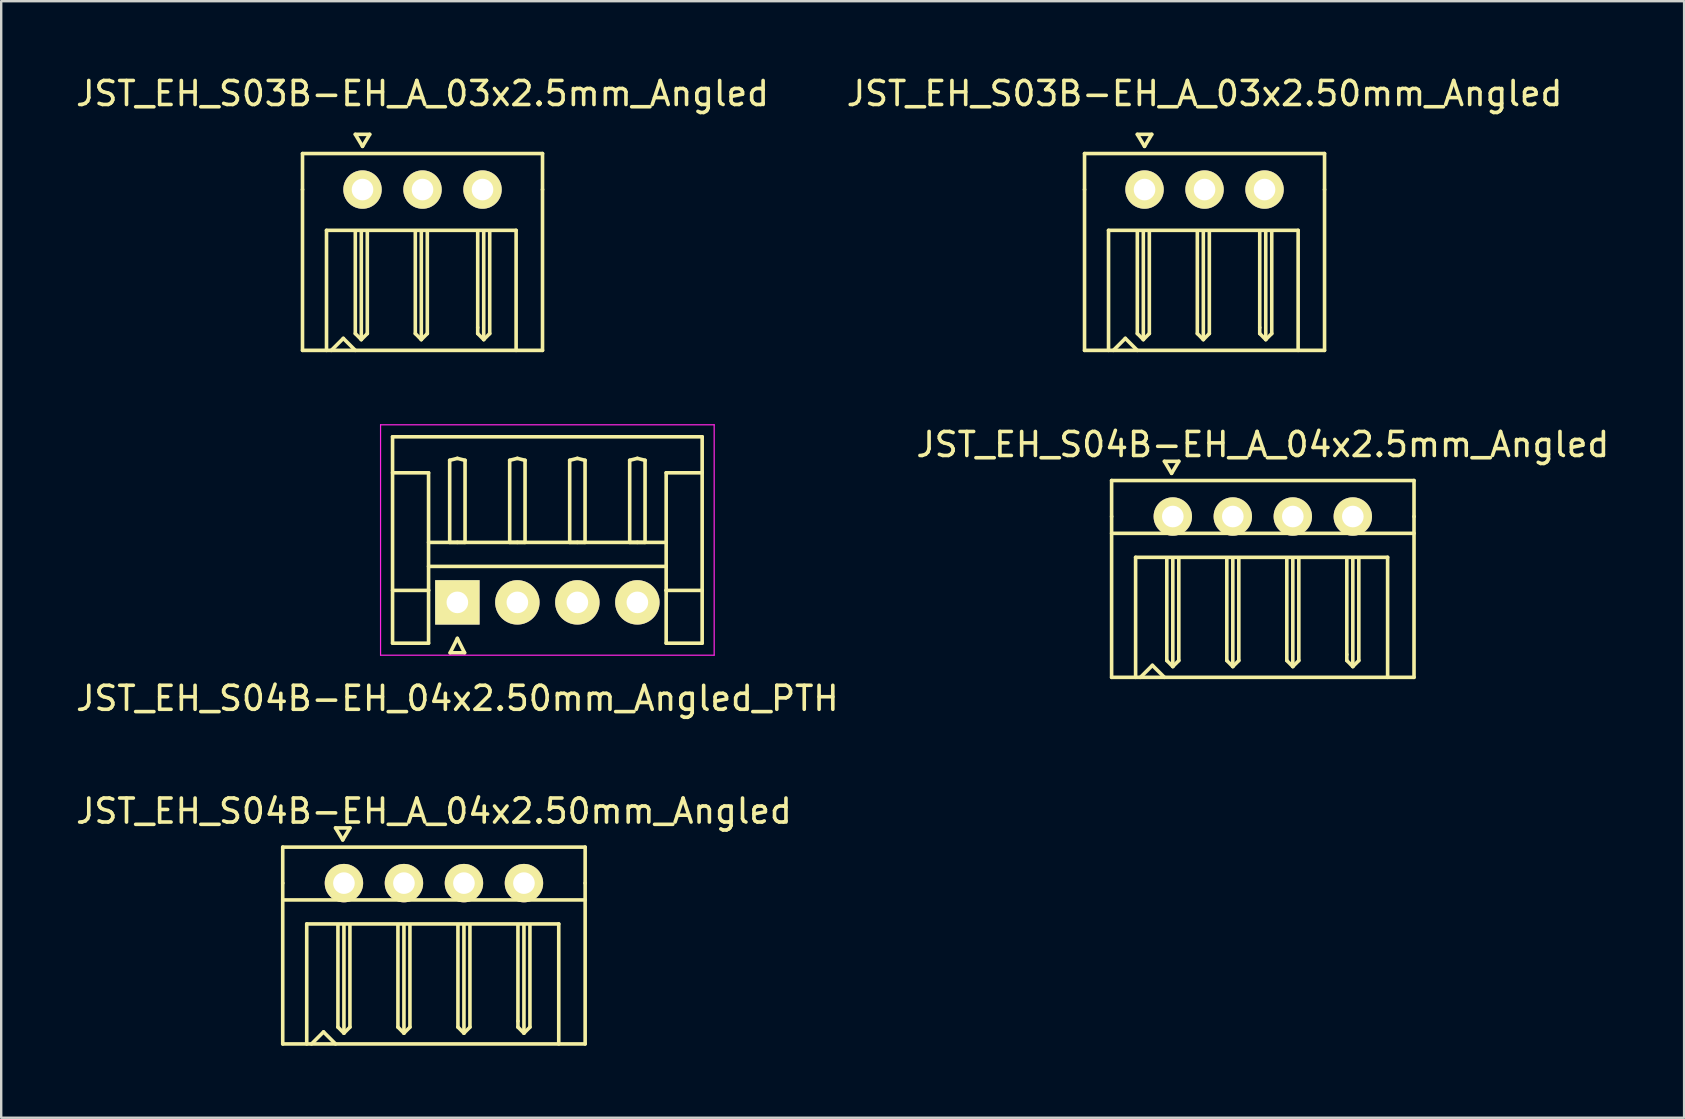
<source format=kicad_pcb>
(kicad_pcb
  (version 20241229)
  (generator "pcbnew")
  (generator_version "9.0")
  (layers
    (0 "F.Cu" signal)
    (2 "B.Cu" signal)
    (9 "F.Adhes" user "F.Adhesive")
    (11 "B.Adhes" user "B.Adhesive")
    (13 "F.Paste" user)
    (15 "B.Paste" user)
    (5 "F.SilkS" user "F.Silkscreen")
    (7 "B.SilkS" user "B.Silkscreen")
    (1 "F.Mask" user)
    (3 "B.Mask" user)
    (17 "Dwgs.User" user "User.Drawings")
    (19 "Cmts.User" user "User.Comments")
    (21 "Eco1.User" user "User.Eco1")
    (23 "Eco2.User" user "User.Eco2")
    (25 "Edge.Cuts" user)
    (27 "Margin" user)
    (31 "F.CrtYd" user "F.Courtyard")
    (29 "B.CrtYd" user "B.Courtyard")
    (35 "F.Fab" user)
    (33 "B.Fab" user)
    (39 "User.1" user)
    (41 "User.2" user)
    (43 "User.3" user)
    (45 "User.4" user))
  (footprint "JST_EH_S04B-EH_A_04x2.5mm_Angled"
    (layer "F.Cu")
    (at 49.565 18.471)
    (property "Reference" "JST_EH_S04B-EH_A_04x2.5mm_Angled" (at 0 -3 0) (layer "F.SilkS") (effects (font (size 1 1) (thickness 0.15))))
    (attr through_hole)
    (fp_line (start -6.3 -1.5) (end 6.3 -1.5) (stroke (width 0.15) (type solid)) (layer "F.SilkS"))
    (fp_line (start -6.3 0) (end -6.3 -1.5) (stroke (width 0.15) (type solid)) (layer "F.SilkS"))
    (fp_line (start -6.3 6.7) (end -6.3 0) (stroke (width 0.15) (type solid)) (layer "F.SilkS"))
    (fp_line (start -5.3 1.7) (end -5.3 6.7) (stroke (width 0.15) (type solid)) (layer "F.SilkS"))
    (fp_line (start -5.1 6.7) (end -4.6 6.2) (stroke (width 0.15) (type solid)) (layer "F.SilkS"))
    (fp_line (start -4.6 6.2) (end -4.1 6.7) (stroke (width 0.15) (type solid)) (layer "F.SilkS"))
    (fp_line (start -4.1 -2.3) (end -3.8 -1.8) (stroke (width 0.15) (type solid)) (layer "F.SilkS"))
    (fp_line (start -4 6) (end -4 1.75) (stroke (width 0.15) (type solid)) (layer "F.SilkS"))
    (fp_line (start -3.8 -1.8) (end -3.5 -2.3) (stroke (width 0.15) (type solid)) (layer "F.SilkS"))
    (fp_line (start -3.75 6.25) (end -4 6) (stroke (width 0.15) (type solid)) (layer "F.SilkS"))
    (fp_line (start -3.75 6.25) (end -3.75 1.75) (stroke (width 0.15) (type solid)) (layer "F.SilkS"))
    (fp_line (start -3.5 -2.3) (end -4.1 -2.3) (stroke (width 0.15) (type solid)) (layer "F.SilkS"))
    (fp_line (start -3.5 1.75) (end -3.5 6) (stroke (width 0.15) (type solid)) (layer "F.SilkS"))
    (fp_line (start -3.5 6) (end -3.75 6.25) (stroke (width 0.15) (type solid)) (layer "F.SilkS"))
    (fp_line (start -1.5 6) (end -1.5 1.75) (stroke (width 0.15) (type solid)) (layer "F.SilkS"))
    (fp_line (start -1.25 1.75) (end -1.25 6.25) (stroke (width 0.15) (type solid)) (layer "F.SilkS"))
    (fp_line (start -1.25 6.25) (end -1.5 6) (stroke (width 0.15) (type solid)) (layer "F.SilkS"))
    (fp_line (start -1 1.75) (end -1 6) (stroke (width 0.15) (type solid)) (layer "F.SilkS"))
    (fp_line (start -1 6) (end -1.25 6.25) (stroke (width 0.15) (type solid)) (layer "F.SilkS"))
    (fp_line (start 1 1.75) (end 1 6) (stroke (width 0.15) (type solid)) (layer "F.SilkS"))
    (fp_line (start 1 6) (end 1.25 6.25) (stroke (width 0.15) (type solid)) (layer "F.SilkS"))
    (fp_line (start 1.25 6.25) (end 1.25 1.75) (stroke (width 0.15) (type solid)) (layer "F.SilkS"))
    (fp_line (start 1.25 6.25) (end 1.5 6) (stroke (width 0.15) (type solid)) (layer "F.SilkS"))
    (fp_line (start 1.5 6) (end 1.5 1.75) (stroke (width 0.15) (type solid)) (layer "F.SilkS"))
    (fp_line (start 3.5 1.75) (end 3.5 5.75) (stroke (width 0.15) (type solid)) (layer "F.SilkS"))
    (fp_line (start 3.5 5.75) (end 3.5 6) (stroke (width 0.15) (type solid)) (layer "F.SilkS"))
    (fp_line (start 3.5 6) (end 3.75 6.25) (stroke (width 0.15) (type solid)) (layer "F.SilkS"))
    (fp_line (start 3.75 6.25) (end 3.75 1.75) (stroke (width 0.15) (type solid)) (layer "F.SilkS"))
    (fp_line (start 3.75 6.25) (end 4 6) (stroke (width 0.15) (type solid)) (layer "F.SilkS"))
    (fp_line (start 4 6) (end 4 1.75) (stroke (width 0.15) (type solid)) (layer "F.SilkS"))
    (fp_line (start 5.2 1.7) (end -5.3 1.7) (stroke (width 0.15) (type solid)) (layer "F.SilkS"))
    (fp_line (start 5.2 6.7) (end 5.2 1.7) (stroke (width 0.15) (type solid)) (layer "F.SilkS"))
    (fp_line (start 6.3 -1.5) (end 6.3 0) (stroke (width 0.15) (type solid)) (layer "F.SilkS"))
    (fp_line (start 6.3 0) (end 6.3 6.7) (stroke (width 0.15) (type solid)) (layer "F.SilkS"))
    (fp_line (start 6.3 0.7) (end -6.3 0.7) (stroke (width 0.15) (type solid)) (layer "F.SilkS"))
    (fp_line (start 6.3 6.7) (end -6.3 6.7) (stroke (width 0.15) (type solid)) (layer "F.SilkS"))
    (pad "1" thru_hole circle (at -3.75 0) (size 1.6 1.6) (drill 0.9) (layers "*.Cu" "*.Mask" "F.SilkS"))
    (pad "2" thru_hole circle (at -1.25 0) (size 1.6 1.6) (drill 0.9) (layers "*.Cu" "*.Mask" "F.SilkS"))
    (pad "3" thru_hole circle (at 1.25 0) (size 1.6 1.6) (drill 0.9) (layers "*.Cu" "*.Mask" "F.SilkS"))
    (pad "4" thru_hole circle (at 3.75 0) (size 1.6 1.6) (drill 0.9) (layers "*.Cu" "*.Mask" "F.SilkS")))
  (footprint "JST_EH_S04B-EH_04x2.50mm_Angled_PTH"
    (layer "F.Cu")
    (at 16.006 22.048)
    (property "Reference" "JST_EH_S04B-EH_04x2.50mm_Angled_PTH" (at 0 4 0) (layer "F.SilkS") (effects (font (size 1 1) (thickness 0.15))))
    (attr through_hole)
    (fp_line (start -2.7 -6.9) (end 10.2 -6.9) (stroke (width 0.15) (type solid)) (layer "F.SilkS"))
    (fp_line (start -2.7 -5.4) (end -1.2 -5.4) (stroke (width 0.15) (type solid)) (layer "F.SilkS"))
    (fp_line (start -2.7 1.7) (end -2.7 -6.9) (stroke (width 0.15) (type solid)) (layer "F.SilkS"))
    (fp_line (start -1.2 -5.4) (end -1.2 -0.5) (stroke (width 0.15) (type solid)) (layer "F.SilkS"))
    (fp_line (start -1.2 -2.5) (end 8.7 -2.5) (stroke (width 0.15) (type solid)) (layer "F.SilkS"))
    (fp_line (start -1.2 -1.5) (end 8.7 -1.5) (stroke (width 0.15) (type solid)) (layer "F.SilkS"))
    (fp_line (start -1.2 -0.5) (end -2.7 -0.5) (stroke (width 0.15) (type solid)) (layer "F.SilkS"))
    (fp_line (start -1.2 -0.5) (end -1.2 1.7) (stroke (width 0.15) (type solid)) (layer "F.SilkS"))
    (fp_line (start -1.2 1.7) (end -2.7 1.7) (stroke (width 0.15) (type solid)) (layer "F.SilkS"))
    (fp_line (start -0.32 -5.92) (end 0 -6) (stroke (width 0.15) (type solid)) (layer "F.SilkS"))
    (fp_line (start -0.32 -2.5) (end -0.32 -5.92) (stroke (width 0.15) (type solid)) (layer "F.SilkS"))
    (fp_line (start -0.3 2.1) (end 0.3 2.1) (stroke (width 0.15) (type solid)) (layer "F.SilkS"))
    (fp_line (start 0 -6) (end 0.32 -5.92) (stroke (width 0.15) (type solid)) (layer "F.SilkS"))
    (fp_line (start 0 -2.5) (end -0.32 -2.5) (stroke (width 0.15) (type solid)) (layer "F.SilkS"))
    (fp_line (start 0 1.5) (end -0.3 2.1) (stroke (width 0.15) (type solid)) (layer "F.SilkS"))
    (fp_line (start 0.3 2.1) (end 0 1.5) (stroke (width 0.15) (type solid)) (layer "F.SilkS"))
    (fp_line (start 0.32 -5.92) (end 0.32 -2.5) (stroke (width 0.15) (type solid)) (layer "F.SilkS"))
    (fp_line (start 0.32 -2.5) (end 0 -2.5) (stroke (width 0.15) (type solid)) (layer "F.SilkS"))
    (fp_line (start 2.18 -5.92) (end 2.5 -6) (stroke (width 0.15) (type solid)) (layer "F.SilkS"))
    (fp_line (start 2.18 -2.5) (end 2.18 -5.92) (stroke (width 0.15) (type solid)) (layer "F.SilkS"))
    (fp_line (start 2.5 -6) (end 2.82 -5.92) (stroke (width 0.15) (type solid)) (layer "F.SilkS"))
    (fp_line (start 2.5 -2.5) (end 2.18 -2.5) (stroke (width 0.15) (type solid)) (layer "F.SilkS"))
    (fp_line (start 2.82 -5.92) (end 2.82 -2.5) (stroke (width 0.15) (type solid)) (layer "F.SilkS"))
    (fp_line (start 2.82 -2.5) (end 2.5 -2.5) (stroke (width 0.15) (type solid)) (layer "F.SilkS"))
    (fp_line (start 4.68 -5.92) (end 5 -6) (stroke (width 0.15) (type solid)) (layer "F.SilkS"))
    (fp_line (start 4.68 -2.5) (end 4.68 -5.92) (stroke (width 0.15) (type solid)) (layer "F.SilkS"))
    (fp_line (start 5 -6) (end 5.32 -5.92) (stroke (width 0.15) (type solid)) (layer "F.SilkS"))
    (fp_line (start 5 -2.5) (end 4.68 -2.5) (stroke (width 0.15) (type solid)) (layer "F.SilkS"))
    (fp_line (start 5.32 -5.92) (end 5.32 -2.5) (stroke (width 0.15) (type solid)) (layer "F.SilkS"))
    (fp_line (start 5.32 -2.5) (end 5 -2.5) (stroke (width 0.15) (type solid)) (layer "F.SilkS"))
    (fp_line (start 7.18 -5.92) (end 7.5 -6) (stroke (width 0.15) (type solid)) (layer "F.SilkS"))
    (fp_line (start 7.18 -2.5) (end 7.18 -5.92) (stroke (width 0.15) (type solid)) (layer "F.SilkS"))
    (fp_line (start 7.5 -6) (end 7.82 -5.92) (stroke (width 0.15) (type solid)) (layer "F.SilkS"))
    (fp_line (start 7.5 -2.5) (end 7.18 -2.5) (stroke (width 0.15) (type solid)) (layer "F.SilkS"))
    (fp_line (start 7.82 -5.92) (end 7.82 -2.5) (stroke (width 0.15) (type solid)) (layer "F.SilkS"))
    (fp_line (start 7.82 -2.5) (end 7.5 -2.5) (stroke (width 0.15) (type solid)) (layer "F.SilkS"))
    (fp_line (start 8.7 -5.4) (end 8.7 -0.5) (stroke (width 0.15) (type solid)) (layer "F.SilkS"))
    (fp_line (start 8.7 -0.5) (end 10.2 -0.5) (stroke (width 0.15) (type solid)) (layer "F.SilkS"))
    (fp_line (start 8.7 1.7) (end 8.7 -0.5) (stroke (width 0.15) (type solid)) (layer "F.SilkS"))
    (fp_line (start 10.2 -6.9) (end 10.2 1.7) (stroke (width 0.15) (type solid)) (layer "F.SilkS"))
    (fp_line (start 10.2 -5.4) (end 8.7 -5.4) (stroke (width 0.15) (type solid)) (layer "F.SilkS"))
    (fp_line (start 10.2 1.7) (end 8.7 1.7) (stroke (width 0.15) (type solid)) (layer "F.SilkS"))
    (fp_line (start -3.2 -7.4) (end -3.2 2.2) (stroke (width 0.05) (type solid)) (layer "F.CrtYd"))
    (fp_line (start -3.2 2.2) (end 10.7 2.2) (stroke (width 0.05) (type solid)) (layer "F.CrtYd"))
    (fp_line (start 10.7 -7.4) (end -3.2 -7.4) (stroke (width 0.05) (type solid)) (layer "F.CrtYd"))
    (fp_line (start 10.7 2.2) (end 10.7 -7.4) (stroke (width 0.05) (type solid)) (layer "F.CrtYd"))
    (pad "1" thru_hole rect (at 0 0) (size 1.85 1.85) (drill 0.9) (layers "*.Cu" "*.Mask" "F.SilkS"))
    (pad "2" thru_hole circle (at 2.5 0) (size 1.85 1.85) (drill 0.9) (layers "*.Cu" "*.Mask" "F.SilkS"))
    (pad "3" thru_hole circle (at 5 0) (size 1.85 1.85) (drill 0.9) (layers "*.Cu" "*.Mask" "F.SilkS"))
    (pad "4" thru_hole circle (at 7.5 0) (size 1.85 1.85) (drill 0.9) (layers "*.Cu" "*.Mask" "F.SilkS")))
  (footprint "JST_EH_S04B-EH_A_04x2.50mm_Angled"
    (layer "F.Cu")
    (at 15.03 33.745)
    (property "Reference" "JST_EH_S04B-EH_A_04x2.50mm_Angled" (at 0 -3 0) (layer "F.SilkS") (effects (font (size 1 1) (thickness 0.15))))
    (attr through_hole)
    (fp_line (start -6.3 -1.5) (end 6.3 -1.5) (stroke (width 0.15) (type solid)) (layer "F.SilkS"))
    (fp_line (start -6.3 0) (end -6.3 -1.5) (stroke (width 0.15) (type solid)) (layer "F.SilkS"))
    (fp_line (start -6.3 6.7) (end -6.3 0) (stroke (width 0.15) (type solid)) (layer "F.SilkS"))
    (fp_line (start -5.3 1.7) (end -5.3 6.7) (stroke (width 0.15) (type solid)) (layer "F.SilkS"))
    (fp_line (start -5.1 6.7) (end -4.6 6.2) (stroke (width 0.15) (type solid)) (layer "F.SilkS"))
    (fp_line (start -4.6 6.2) (end -4.1 6.7) (stroke (width 0.15) (type solid)) (layer "F.SilkS"))
    (fp_line (start -4.1 -2.3) (end -3.8 -1.8) (stroke (width 0.15) (type solid)) (layer "F.SilkS"))
    (fp_line (start -4 6) (end -4 1.75) (stroke (width 0.15) (type solid)) (layer "F.SilkS"))
    (fp_line (start -3.8 -1.8) (end -3.5 -2.3) (stroke (width 0.15) (type solid)) (layer "F.SilkS"))
    (fp_line (start -3.75 6.25) (end -4 6) (stroke (width 0.15) (type solid)) (layer "F.SilkS"))
    (fp_line (start -3.75 6.25) (end -3.75 1.75) (stroke (width 0.15) (type solid)) (layer "F.SilkS"))
    (fp_line (start -3.5 -2.3) (end -4.1 -2.3) (stroke (width 0.15) (type solid)) (layer "F.SilkS"))
    (fp_line (start -3.5 1.75) (end -3.5 6) (stroke (width 0.15) (type solid)) (layer "F.SilkS"))
    (fp_line (start -3.5 6) (end -3.75 6.25) (stroke (width 0.15) (type solid)) (layer "F.SilkS"))
    (fp_line (start -1.5 6) (end -1.5 1.75) (stroke (width 0.15) (type solid)) (layer "F.SilkS"))
    (fp_line (start -1.25 1.75) (end -1.25 6.25) (stroke (width 0.15) (type solid)) (layer "F.SilkS"))
    (fp_line (start -1.25 6.25) (end -1.5 6) (stroke (width 0.15) (type solid)) (layer "F.SilkS"))
    (fp_line (start -1 1.75) (end -1 6) (stroke (width 0.15) (type solid)) (layer "F.SilkS"))
    (fp_line (start -1 6) (end -1.25 6.25) (stroke (width 0.15) (type solid)) (layer "F.SilkS"))
    (fp_line (start 1 1.75) (end 1 6) (stroke (width 0.15) (type solid)) (layer "F.SilkS"))
    (fp_line (start 1 6) (end 1.25 6.25) (stroke (width 0.15) (type solid)) (layer "F.SilkS"))
    (fp_line (start 1.25 6.25) (end 1.25 1.75) (stroke (width 0.15) (type solid)) (layer "F.SilkS"))
    (fp_line (start 1.25 6.25) (end 1.5 6) (stroke (width 0.15) (type solid)) (layer "F.SilkS"))
    (fp_line (start 1.5 6) (end 1.5 1.75) (stroke (width 0.15) (type solid)) (layer "F.SilkS"))
    (fp_line (start 3.5 1.75) (end 3.5 5.75) (stroke (width 0.15) (type solid)) (layer "F.SilkS"))
    (fp_line (start 3.5 5.75) (end 3.5 6) (stroke (width 0.15) (type solid)) (layer "F.SilkS"))
    (fp_line (start 3.5 6) (end 3.75 6.25) (stroke (width 0.15) (type solid)) (layer "F.SilkS"))
    (fp_line (start 3.75 6.25) (end 3.75 1.75) (stroke (width 0.15) (type solid)) (layer "F.SilkS"))
    (fp_line (start 3.75 6.25) (end 4 6) (stroke (width 0.15) (type solid)) (layer "F.SilkS"))
    (fp_line (start 4 6) (end 4 1.75) (stroke (width 0.15) (type solid)) (layer "F.SilkS"))
    (fp_line (start 5.2 1.7) (end -5.3 1.7) (stroke (width 0.15) (type solid)) (layer "F.SilkS"))
    (fp_line (start 5.2 6.7) (end 5.2 1.7) (stroke (width 0.15) (type solid)) (layer "F.SilkS"))
    (fp_line (start 6.3 -1.5) (end 6.3 0) (stroke (width 0.15) (type solid)) (layer "F.SilkS"))
    (fp_line (start 6.3 0) (end 6.3 6.7) (stroke (width 0.15) (type solid)) (layer "F.SilkS"))
    (fp_line (start 6.3 0.7) (end -6.3 0.7) (stroke (width 0.15) (type solid)) (layer "F.SilkS"))
    (fp_line (start 6.3 6.7) (end -6.3 6.7) (stroke (width 0.15) (type solid)) (layer "F.SilkS"))
    (pad "1" thru_hole circle (at -3.75 0) (size 1.6 1.6) (drill 0.9) (layers "*.Cu" "*.Mask" "F.SilkS"))
    (pad "2" thru_hole circle (at -1.25 0) (size 1.6 1.6) (drill 0.9) (layers "*.Cu" "*.Mask" "F.SilkS"))
    (pad "3" thru_hole circle (at 1.25 0) (size 1.6 1.6) (drill 0.9) (layers "*.Cu" "*.Mask" "F.SilkS"))
    (pad "4" thru_hole circle (at 3.75 0) (size 1.6 1.6) (drill 0.9) (layers "*.Cu" "*.Mask" "F.SilkS")))
  (footprint "JST_EH_S03B-EH_A_03x2.5mm_Angled"
    (layer "F.Cu")
    (at 14.554 4.848)
    (property "Reference" "JST_EH_S03B-EH_A_03x2.5mm_Angled" (at 0 -4 0) (layer "F.SilkS") (effects (font (size 1 1) (thickness 0.15))))
    (attr through_hole)
    (fp_line (start -5 0) (end -5 -1.5) (stroke (width 0.15) (type solid)) (layer "F.SilkS"))
    (fp_line (start -5 6.7) (end -5 0) (stroke (width 0.15) (type solid)) (layer "F.SilkS"))
    (fp_line (start -5 6.7) (end 5 6.7) (stroke (width 0.15) (type solid)) (layer "F.SilkS"))
    (fp_line (start -4 1.7) (end -4 6.7) (stroke (width 0.15) (type solid)) (layer "F.SilkS"))
    (fp_line (start -4 1.7) (end 3.9 1.7) (stroke (width 0.15) (type solid)) (layer "F.SilkS"))
    (fp_line (start -3.8 6.7) (end -3.3 6.2) (stroke (width 0.15) (type solid)) (layer "F.SilkS"))
    (fp_line (start -3.3 6.2) (end -2.8 6.7) (stroke (width 0.15) (type solid)) (layer "F.SilkS"))
    (fp_line (start -2.8 -2.3) (end -2.5 -1.8) (stroke (width 0.15) (type solid)) (layer "F.SilkS"))
    (fp_line (start -2.8 6) (end -2.8 1.75) (stroke (width 0.15) (type solid)) (layer "F.SilkS"))
    (fp_line (start -2.55 6.25) (end -2.8 6) (stroke (width 0.15) (type solid)) (layer "F.SilkS"))
    (fp_line (start -2.55 6.25) (end -2.55 1.75) (stroke (width 0.15) (type solid)) (layer "F.SilkS"))
    (fp_line (start -2.5 -1.8) (end -2.2 -2.3) (stroke (width 0.15) (type solid)) (layer "F.SilkS"))
    (fp_line (start -2.3 1.75) (end -2.3 6) (stroke (width 0.15) (type solid)) (layer "F.SilkS"))
    (fp_line (start -2.3 6) (end -2.55 6.25) (stroke (width 0.15) (type solid)) (layer "F.SilkS"))
    (fp_line (start -2.2 -2.3) (end -2.8 -2.3) (stroke (width 0.15) (type solid)) (layer "F.SilkS"))
    (fp_line (start -0.3 6) (end -0.3 1.75) (stroke (width 0.15) (type solid)) (layer "F.SilkS"))
    (fp_line (start -0.05 1.75) (end -0.05 6.25) (stroke (width 0.15) (type solid)) (layer "F.SilkS"))
    (fp_line (start -0.05 6.25) (end -0.3 6) (stroke (width 0.15) (type solid)) (layer "F.SilkS"))
    (fp_line (start 0.2 1.75) (end 0.2 6) (stroke (width 0.15) (type solid)) (layer "F.SilkS"))
    (fp_line (start 0.2 6) (end -0.05 6.25) (stroke (width 0.15) (type solid)) (layer "F.SilkS"))
    (fp_line (start 2.3 1.75) (end 2.3 5.75) (stroke (width 0.15) (type solid)) (layer "F.SilkS"))
    (fp_line (start 2.3 5.75) (end 2.3 6) (stroke (width 0.15) (type solid)) (layer "F.SilkS"))
    (fp_line (start 2.3 6) (end 2.55 6.25) (stroke (width 0.15) (type solid)) (layer "F.SilkS"))
    (fp_line (start 2.55 6.25) (end 2.55 1.75) (stroke (width 0.15) (type solid)) (layer "F.SilkS"))
    (fp_line (start 2.55 6.25) (end 2.8 6) (stroke (width 0.15) (type solid)) (layer "F.SilkS"))
    (fp_line (start 2.8 6) (end 2.8 1.75) (stroke (width 0.15) (type solid)) (layer "F.SilkS"))
    (fp_line (start 3.9 6.7) (end 3.9 1.7) (stroke (width 0.15) (type solid)) (layer "F.SilkS"))
    (fp_line (start 5 -1.5) (end -5 -1.5) (stroke (width 0.15) (type solid)) (layer "F.SilkS"))
    (fp_line (start 5 -1.5) (end 5 0) (stroke (width 0.15) (type solid)) (layer "F.SilkS"))
    (fp_line (start 5 0) (end 5 6.7) (stroke (width 0.15) (type solid)) (layer "F.SilkS"))
    (pad "1" thru_hole circle (at -2.5 0) (size 1.6 1.6) (drill 0.9) (layers "*.Cu" "*.Mask" "F.SilkS"))
    (pad "2" thru_hole circle (at 0 0) (size 1.6 1.6) (drill 0.9) (layers "*.Cu" "*.Mask" "F.SilkS"))
    (pad "3" thru_hole circle (at 2.5 0) (size 1.6 1.6) (drill 0.9) (layers "*.Cu" "*.Mask" "F.SilkS")))
  (footprint "JST_EH_S03B-EH_A_03x2.50mm_Angled"
    (layer "F.Cu")
    (at 47.137 4.848)
    (property "Reference" "JST_EH_S03B-EH_A_03x2.50mm_Angled" (at 0 -4 0) (layer "F.SilkS") (effects (font (size 1 1) (thickness 0.15))))
    (attr through_hole)
    (fp_line (start -5 0) (end -5 -1.5) (stroke (width 0.15) (type solid)) (layer "F.SilkS"))
    (fp_line (start -5 6.7) (end -5 0) (stroke (width 0.15) (type solid)) (layer "F.SilkS"))
    (fp_line (start -5 6.7) (end 5 6.7) (stroke (width 0.15) (type solid)) (layer "F.SilkS"))
    (fp_line (start -4 1.7) (end -4 6.7) (stroke (width 0.15) (type solid)) (layer "F.SilkS"))
    (fp_line (start -4 1.7) (end 3.9 1.7) (stroke (width 0.15) (type solid)) (layer "F.SilkS"))
    (fp_line (start -3.8 6.7) (end -3.3 6.2) (stroke (width 0.15) (type solid)) (layer "F.SilkS"))
    (fp_line (start -3.3 6.2) (end -2.8 6.7) (stroke (width 0.15) (type solid)) (layer "F.SilkS"))
    (fp_line (start -2.8 -2.3) (end -2.5 -1.8) (stroke (width 0.15) (type solid)) (layer "F.SilkS"))
    (fp_line (start -2.8 6) (end -2.8 1.75) (stroke (width 0.15) (type solid)) (layer "F.SilkS"))
    (fp_line (start -2.55 6.25) (end -2.8 6) (stroke (width 0.15) (type solid)) (layer "F.SilkS"))
    (fp_line (start -2.55 6.25) (end -2.55 1.75) (stroke (width 0.15) (type solid)) (layer "F.SilkS"))
    (fp_line (start -2.5 -1.8) (end -2.2 -2.3) (stroke (width 0.15) (type solid)) (layer "F.SilkS"))
    (fp_line (start -2.3 1.75) (end -2.3 6) (stroke (width 0.15) (type solid)) (layer "F.SilkS"))
    (fp_line (start -2.3 6) (end -2.55 6.25) (stroke (width 0.15) (type solid)) (layer "F.SilkS"))
    (fp_line (start -2.2 -2.3) (end -2.8 -2.3) (stroke (width 0.15) (type solid)) (layer "F.SilkS"))
    (fp_line (start -0.3 6) (end -0.3 1.75) (stroke (width 0.15) (type solid)) (layer "F.SilkS"))
    (fp_line (start -0.05 1.75) (end -0.05 6.25) (stroke (width 0.15) (type solid)) (layer "F.SilkS"))
    (fp_line (start -0.05 6.25) (end -0.3 6) (stroke (width 0.15) (type solid)) (layer "F.SilkS"))
    (fp_line (start 0.2 1.75) (end 0.2 6) (stroke (width 0.15) (type solid)) (layer "F.SilkS"))
    (fp_line (start 0.2 6) (end -0.05 6.25) (stroke (width 0.15) (type solid)) (layer "F.SilkS"))
    (fp_line (start 2.3 1.75) (end 2.3 5.75) (stroke (width 0.15) (type solid)) (layer "F.SilkS"))
    (fp_line (start 2.3 5.75) (end 2.3 6) (stroke (width 0.15) (type solid)) (layer "F.SilkS"))
    (fp_line (start 2.3 6) (end 2.55 6.25) (stroke (width 0.15) (type solid)) (layer "F.SilkS"))
    (fp_line (start 2.55 6.25) (end 2.55 1.75) (stroke (width 0.15) (type solid)) (layer "F.SilkS"))
    (fp_line (start 2.55 6.25) (end 2.8 6) (stroke (width 0.15) (type solid)) (layer "F.SilkS"))
    (fp_line (start 2.8 6) (end 2.8 1.75) (stroke (width 0.15) (type solid)) (layer "F.SilkS"))
    (fp_line (start 3.9 6.7) (end 3.9 1.7) (stroke (width 0.15) (type solid)) (layer "F.SilkS"))
    (fp_line (start 5 -1.5) (end -5 -1.5) (stroke (width 0.15) (type solid)) (layer "F.SilkS"))
    (fp_line (start 5 -1.5) (end 5 0) (stroke (width 0.15) (type solid)) (layer "F.SilkS"))
    (fp_line (start 5 0) (end 5 6.7) (stroke (width 0.15) (type solid)) (layer "F.SilkS"))
    (pad "1" thru_hole circle (at -2.5 0) (size 1.6 1.6) (drill 0.9) (layers "*.Cu" "*.Mask" "F.SilkS"))
    (pad "2" thru_hole circle (at 0 0) (size 1.6 1.6) (drill 0.9) (layers "*.Cu" "*.Mask" "F.SilkS"))
    (pad "3" thru_hole circle (at 2.5 0) (size 1.6 1.6) (drill 0.9) (layers "*.Cu" "*.Mask" "F.SilkS")))
  (gr_rect
    (start -3 -3)
    (end 67.119 43.52)
    (stroke (width 0.1) (type default))
    (fill no)
    (layer "Edge.Cuts")))
</source>
